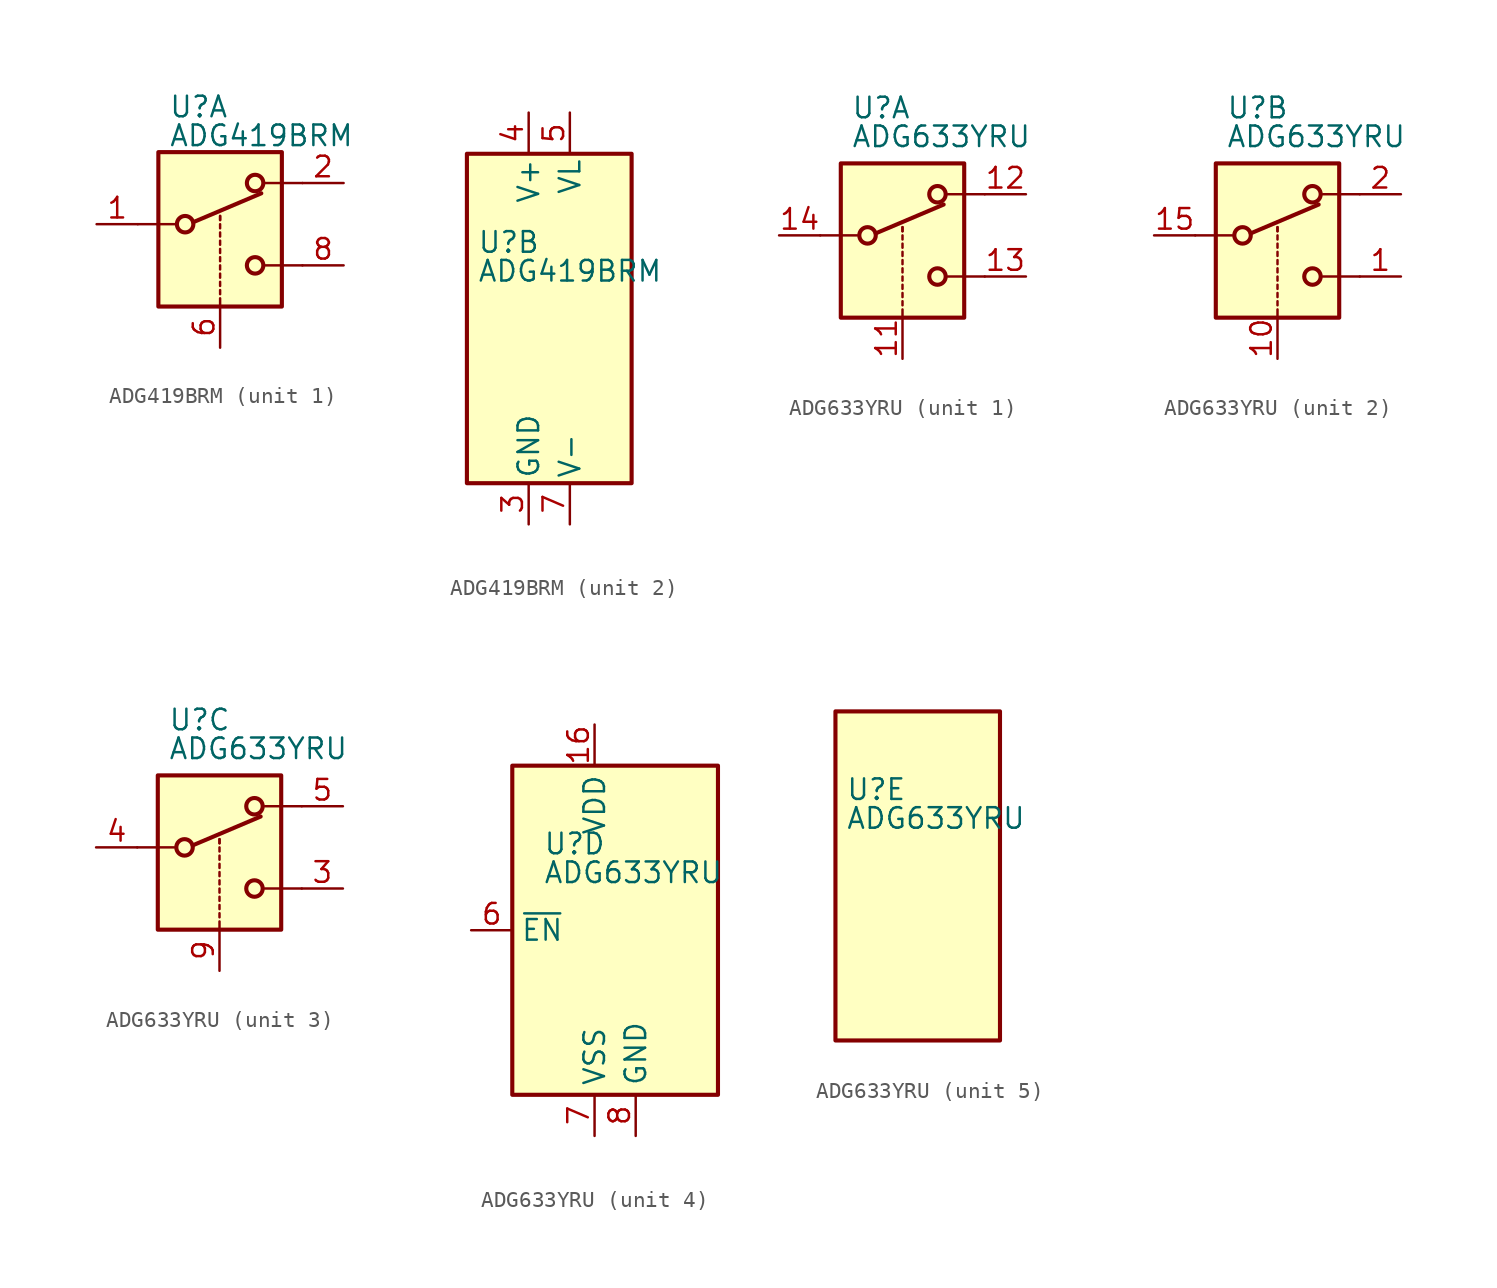
<source format=kicad_sym>
(kicad_symbol_lib
  (version 20211014)
  (generator kicad_symbol_editor)
  (symbol "ADG419BRM"
    (pin_names
      (offset 0.254))
    (property "Reference" "U"
      (at -3.175 4.699 0)
      (effects (font (size 1.27 1.27)) (justify left)))
    (property "Value" "ADG419BRM"
      (at -3.175 2.921 0)
      (effects (font (size 1.27 1.27)) (justify left)))
    (symbol "ADG419BRM_1_1"
      (rectangle (start -3.81 1.905) (end 3.81 -7.62) (stroke (width 0.254) (type default) (color 0 0 0 0)) (fill (type background)))
      (circle (center -2.159 -2.54) (radius 0.508) (stroke (width 0.254) (type default) (color 0 0 0 0)) (fill (type none)))
      (polyline (pts (xy -5.08 -2.54) (xy -2.794 -2.54)) (stroke (width 0) (type default) (color 0 0 0 0)) (fill (type none)))
      (polyline (pts (xy -1.651 -2.413) (xy 2.54 -0.635)) (stroke (width 0.254) (type default) (color 0 0 0 0)) (fill (type none)))
      (polyline (pts (xy 0 -7.62) (xy 0 -7.112)) (stroke (width 0) (type default) (color 0 0 0 0)) (fill (type none)))
      (polyline (pts (xy 0 -6.858) (xy 0 -6.604)) (stroke (width 0) (type default) (color 0 0 0 0)) (fill (type none)))
      (polyline (pts (xy 0 -6.35) (xy 0 -6.096)) (stroke (width 0) (type default) (color 0 0 0 0)) (fill (type none)))
      (polyline (pts (xy 0 -5.842) (xy 0 -5.588)) (stroke (width 0) (type default) (color 0 0 0 0)) (fill (type none)))
      (polyline (pts (xy 0 -5.334) (xy 0 -5.08)) (stroke (width 0) (type default) (color 0 0 0 0)) (fill (type none)))
      (polyline (pts (xy 0 -4.826) (xy 0 -4.572)) (stroke (width 0) (type default) (color 0 0 0 0)) (fill (type none)))
      (polyline (pts (xy 0 -4.318) (xy 0 -4.064)) (stroke (width 0) (type default) (color 0 0 0 0)) (fill (type none)))
      (polyline (pts (xy 0 -3.81) (xy 0 -3.556)) (stroke (width 0) (type default) (color 0 0 0 0)) (fill (type none)))
      (polyline (pts (xy 0 -3.302) (xy 0 -3.048)) (stroke (width 0) (type default) (color 0 0 0 0)) (fill (type none)))
      (polyline (pts (xy 0 -2.794) (xy 0 -2.54)) (stroke (width 0) (type default) (color 0 0 0 0)) (fill (type none)))
      (polyline (pts (xy 0 -2.286) (xy 0 -2.032)) (stroke (width 0) (type default) (color 0 0 0 0)) (fill (type none)))
      (polyline (pts (xy 0 -2.286) (xy 0 -2.032)) (stroke (width 0) (type default) (color 0 0 0 0)) (fill (type none)))
      (polyline (pts (xy 5.08 -5.08) (xy 2.794 -5.08)) (stroke (width 0) (type default) (color 0 0 0 0)) (fill (type none)))
      (polyline (pts (xy 5.08 0) (xy 2.794 0)) (stroke (width 0) (type default) (color 0 0 0 0)) (fill (type none)))
      (circle (center 2.159 -5.08) (radius 0.508) (stroke (width 0.254) (type default) (color 0 0 0 0)) (fill (type none)))
      (circle (center 2.159 0) (radius 0.508) (stroke (width 0.254) (type default) (color 0 0 0 0)) (fill (type none)))
      (pin passive line (at -7.62 -2.54 0) (length 2.54) (name "~" (effects (font (size 1.27 1.27)))) (number "1" (effects (font (size 1.27 1.27)))))
      (pin passive line (at 7.62 0 180) (length 2.54) (name "~" (effects (font (size 1.27 1.27)))) (number "2" (effects (font (size 1.27 1.27)))))
      (pin input line (at 0 -10.16 90) (length 2.54) (name "~" (effects (font (size 1.27 1.27)))) (number "6" (effects (font (size 1.27 1.27)))))
      (pin passive line (at 7.62 -5.08 180) (length 2.54) (name "~" (effects (font (size 1.27 1.27)))) (number "8" (effects (font (size 1.27 1.27))))))
    (symbol "ADG419BRM_2_0"
      (pin power_in line (at 0 -12.7 90) (length 2.54) (name "GND" (effects (font (size 1.27 1.27)))) (number "3" (effects (font (size 1.27 1.27)))))
      (pin power_in line (at 0 12.7 270) (length 2.54) (name "V+" (effects (font (size 1.27 1.27)))) (number "4" (effects (font (size 1.27 1.27)))))
      (pin power_in line (at 2.54 12.7 270) (length 2.54) (name "VL" (effects (font (size 1.27 1.27)))) (number "5" (effects (font (size 1.27 1.27)))))
      (pin power_in line (at 2.54 -12.7 90) (length 2.54) (name "V-" (effects (font (size 1.27 1.27)))) (number "7" (effects (font (size 1.27 1.27))))))
    (symbol "ADG419BRM_2_1"
      (rectangle (start -3.81 10.16) (end 6.35 -10.16) (stroke (width 0.254) (type default) (color 0 0 0 0)) (fill (type background)))))
  (symbol "ADG633YRU"
    (property "Reference" "U"
      (at -3.175 5.334 0)
      (effects (font (size 1.27 1.27)) (justify left)))
    (property "Value" "ADG633YRU"
      (at -3.175 3.556 0)
      (effects (font (size 1.27 1.27)) (justify left)))
    (symbol "ADG633YRU_1_1"
      (rectangle (start -3.81 1.905) (end 3.81 -7.62) (stroke (width 0.254) (type default) (color 0 0 0 0)) (fill (type background)))
      (circle (center -2.159 -2.54) (radius 0.508) (stroke (width 0.254) (type default) (color 0 0 0 0)) (fill (type none)))
      (polyline (pts (xy -5.08 -2.54) (xy -2.794 -2.54)) (stroke (width 0) (type default) (color 0 0 0 0)) (fill (type none)))
      (polyline (pts (xy -1.651 -2.413) (xy 2.54 -0.635)) (stroke (width 0.254) (type default) (color 0 0 0 0)) (fill (type none)))
      (polyline (pts (xy 0 -7.62) (xy 0 -7.112)) (stroke (width 0) (type default) (color 0 0 0 0)) (fill (type none)))
      (polyline (pts (xy 0 -6.858) (xy 0 -6.604)) (stroke (width 0) (type default) (color 0 0 0 0)) (fill (type none)))
      (polyline (pts (xy 0 -6.35) (xy 0 -6.096)) (stroke (width 0) (type default) (color 0 0 0 0)) (fill (type none)))
      (polyline (pts (xy 0 -5.842) (xy 0 -5.588)) (stroke (width 0) (type default) (color 0 0 0 0)) (fill (type none)))
      (polyline (pts (xy 0 -5.334) (xy 0 -5.08)) (stroke (width 0) (type default) (color 0 0 0 0)) (fill (type none)))
      (polyline (pts (xy 0 -4.826) (xy 0 -4.572)) (stroke (width 0) (type default) (color 0 0 0 0)) (fill (type none)))
      (polyline (pts (xy 0 -4.318) (xy 0 -4.064)) (stroke (width 0) (type default) (color 0 0 0 0)) (fill (type none)))
      (polyline (pts (xy 0 -3.81) (xy 0 -3.556)) (stroke (width 0) (type default) (color 0 0 0 0)) (fill (type none)))
      (polyline (pts (xy 0 -3.302) (xy 0 -3.048)) (stroke (width 0) (type default) (color 0 0 0 0)) (fill (type none)))
      (polyline (pts (xy 0 -2.794) (xy 0 -2.54)) (stroke (width 0) (type default) (color 0 0 0 0)) (fill (type none)))
      (polyline (pts (xy 0 -2.286) (xy 0 -2.032)) (stroke (width 0) (type default) (color 0 0 0 0)) (fill (type none)))
      (polyline (pts (xy 0 -2.286) (xy 0 -2.032)) (stroke (width 0) (type default) (color 0 0 0 0)) (fill (type none)))
      (polyline (pts (xy 5.08 -5.08) (xy 2.794 -5.08)) (stroke (width 0) (type default) (color 0 0 0 0)) (fill (type none)))
      (polyline (pts (xy 5.08 0) (xy 2.794 0)) (stroke (width 0) (type default) (color 0 0 0 0)) (fill (type none)))
      (circle (center 2.159 -5.08) (radius 0.508) (stroke (width 0.254) (type default) (color 0 0 0 0)) (fill (type none)))
      (circle (center 2.159 0) (radius 0.508) (stroke (width 0.254) (type default) (color 0 0 0 0)) (fill (type none)))
      (pin input line (at 0 -10.16 90) (length 2.54) (name "~" (effects (font (size 1.27 1.27)))) (number "11" (effects (font (size 1.27 1.27)))))
      (pin passive line (at 7.62 0 180) (length 2.54) (name "~" (effects (font (size 1.27 1.27)))) (number "12" (effects (font (size 1.27 1.27)))))
      (pin passive line (at 7.62 -5.08 180) (length 2.54) (name "~" (effects (font (size 1.27 1.27)))) (number "13" (effects (font (size 1.27 1.27)))))
      (pin passive line (at -7.62 -2.54 0) (length 2.54) (name "~" (effects (font (size 1.27 1.27)))) (number "14" (effects (font (size 1.27 1.27))))))
    (symbol "ADG633YRU_2_1"
      (rectangle (start -3.81 1.905) (end 3.81 -7.62) (stroke (width 0.254) (type default) (color 0 0 0 0)) (fill (type background)))
      (circle (center -2.159 -2.54) (radius 0.508) (stroke (width 0.254) (type default) (color 0 0 0 0)) (fill (type none)))
      (polyline (pts (xy -5.08 -2.54) (xy -2.794 -2.54)) (stroke (width 0) (type default) (color 0 0 0 0)) (fill (type none)))
      (polyline (pts (xy -1.651 -2.413) (xy 2.54 -0.635)) (stroke (width 0.254) (type default) (color 0 0 0 0)) (fill (type none)))
      (polyline (pts (xy 0 -7.62) (xy 0 -7.112)) (stroke (width 0) (type default) (color 0 0 0 0)) (fill (type none)))
      (polyline (pts (xy 0 -6.858) (xy 0 -6.604)) (stroke (width 0) (type default) (color 0 0 0 0)) (fill (type none)))
      (polyline (pts (xy 0 -6.35) (xy 0 -6.096)) (stroke (width 0) (type default) (color 0 0 0 0)) (fill (type none)))
      (polyline (pts (xy 0 -5.842) (xy 0 -5.588)) (stroke (width 0) (type default) (color 0 0 0 0)) (fill (type none)))
      (polyline (pts (xy 0 -5.334) (xy 0 -5.08)) (stroke (width 0) (type default) (color 0 0 0 0)) (fill (type none)))
      (polyline (pts (xy 0 -4.826) (xy 0 -4.572)) (stroke (width 0) (type default) (color 0 0 0 0)) (fill (type none)))
      (polyline (pts (xy 0 -4.318) (xy 0 -4.064)) (stroke (width 0) (type default) (color 0 0 0 0)) (fill (type none)))
      (polyline (pts (xy 0 -3.81) (xy 0 -3.556)) (stroke (width 0) (type default) (color 0 0 0 0)) (fill (type none)))
      (polyline (pts (xy 0 -3.302) (xy 0 -3.048)) (stroke (width 0) (type default) (color 0 0 0 0)) (fill (type none)))
      (polyline (pts (xy 0 -2.794) (xy 0 -2.54)) (stroke (width 0) (type default) (color 0 0 0 0)) (fill (type none)))
      (polyline (pts (xy 0 -2.286) (xy 0 -2.032)) (stroke (width 0) (type default) (color 0 0 0 0)) (fill (type none)))
      (polyline (pts (xy 0 -2.286) (xy 0 -2.032)) (stroke (width 0) (type default) (color 0 0 0 0)) (fill (type none)))
      (polyline (pts (xy 5.08 -5.08) (xy 2.794 -5.08)) (stroke (width 0) (type default) (color 0 0 0 0)) (fill (type none)))
      (polyline (pts (xy 5.08 0) (xy 2.794 0)) (stroke (width 0) (type default) (color 0 0 0 0)) (fill (type none)))
      (circle (center 2.159 -5.08) (radius 0.508) (stroke (width 0.254) (type default) (color 0 0 0 0)) (fill (type none)))
      (circle (center 2.159 0) (radius 0.508) (stroke (width 0.254) (type default) (color 0 0 0 0)) (fill (type none)))
      (pin passive line (at 7.62 -5.08 180) (length 2.54) (name "~" (effects (font (size 1.27 1.27)))) (number "1" (effects (font (size 1.27 1.27)))))
      (pin input line (at 0 -10.16 90) (length 2.54) (name "~" (effects (font (size 1.27 1.27)))) (number "10" (effects (font (size 1.27 1.27)))))
      (pin passive line (at -7.62 -2.54 0) (length 2.54) (name "~" (effects (font (size 1.27 1.27)))) (number "15" (effects (font (size 1.27 1.27)))))
      (pin passive line (at 7.62 0 180) (length 2.54) (name "~" (effects (font (size 1.27 1.27)))) (number "2" (effects (font (size 1.27 1.27))))))
    (symbol "ADG633YRU_3_1"
      (rectangle (start -3.81 1.905) (end 3.81 -7.62) (stroke (width 0.254) (type default) (color 0 0 0 0)) (fill (type background)))
      (circle (center -2.159 -2.54) (radius 0.508) (stroke (width 0.254) (type default) (color 0 0 0 0)) (fill (type none)))
      (polyline (pts (xy -5.08 -2.54) (xy -2.794 -2.54)) (stroke (width 0) (type default) (color 0 0 0 0)) (fill (type none)))
      (polyline (pts (xy -1.651 -2.413) (xy 2.54 -0.635)) (stroke (width 0.254) (type default) (color 0 0 0 0)) (fill (type none)))
      (polyline (pts (xy 0 -7.62) (xy 0 -7.112)) (stroke (width 0) (type default) (color 0 0 0 0)) (fill (type none)))
      (polyline (pts (xy 0 -6.858) (xy 0 -6.604)) (stroke (width 0) (type default) (color 0 0 0 0)) (fill (type none)))
      (polyline (pts (xy 0 -6.35) (xy 0 -6.096)) (stroke (width 0) (type default) (color 0 0 0 0)) (fill (type none)))
      (polyline (pts (xy 0 -5.842) (xy 0 -5.588)) (stroke (width 0) (type default) (color 0 0 0 0)) (fill (type none)))
      (polyline (pts (xy 0 -5.334) (xy 0 -5.08)) (stroke (width 0) (type default) (color 0 0 0 0)) (fill (type none)))
      (polyline (pts (xy 0 -4.826) (xy 0 -4.572)) (stroke (width 0) (type default) (color 0 0 0 0)) (fill (type none)))
      (polyline (pts (xy 0 -4.318) (xy 0 -4.064)) (stroke (width 0) (type default) (color 0 0 0 0)) (fill (type none)))
      (polyline (pts (xy 0 -3.81) (xy 0 -3.556)) (stroke (width 0) (type default) (color 0 0 0 0)) (fill (type none)))
      (polyline (pts (xy 0 -3.302) (xy 0 -3.048)) (stroke (width 0) (type default) (color 0 0 0 0)) (fill (type none)))
      (polyline (pts (xy 0 -2.794) (xy 0 -2.54)) (stroke (width 0) (type default) (color 0 0 0 0)) (fill (type none)))
      (polyline (pts (xy 0 -2.286) (xy 0 -2.032)) (stroke (width 0) (type default) (color 0 0 0 0)) (fill (type none)))
      (polyline (pts (xy 0 -2.286) (xy 0 -2.032)) (stroke (width 0) (type default) (color 0 0 0 0)) (fill (type none)))
      (polyline (pts (xy 5.08 -5.08) (xy 2.794 -5.08)) (stroke (width 0) (type default) (color 0 0 0 0)) (fill (type none)))
      (polyline (pts (xy 5.08 0) (xy 2.794 0)) (stroke (width 0) (type default) (color 0 0 0 0)) (fill (type none)))
      (circle (center 2.159 -5.08) (radius 0.508) (stroke (width 0.254) (type default) (color 0 0 0 0)) (fill (type none)))
      (circle (center 2.159 0) (radius 0.508) (stroke (width 0.254) (type default) (color 0 0 0 0)) (fill (type none)))
      (pin passive line (at 7.62 -5.08 180) (length 2.54) (name "~" (effects (font (size 1.27 1.27)))) (number "3" (effects (font (size 1.27 1.27)))))
      (pin passive line (at -7.62 -2.54 0) (length 2.54) (name "~" (effects (font (size 1.27 1.27)))) (number "4" (effects (font (size 1.27 1.27)))))
      (pin passive line (at 7.62 0 180) (length 2.54) (name "~" (effects (font (size 1.27 1.27)))) (number "5" (effects (font (size 1.27 1.27)))))
      (pin input line (at 0 -10.16 90) (length 2.54) (name "~" (effects (font (size 1.27 1.27)))) (number "9" (effects (font (size 1.27 1.27))))))
    (symbol "ADG633YRU_4_0"
      (pin power_in line (at 0 12.7 270) (length 2.54) (name "VDD" (effects (font (size 1.27 1.27)))) (number "16" (effects (font (size 1.27 1.27)))))
      (pin input line (at -7.62 0 0) (length 2.54) (name "~{EN}" (effects (font (size 1.27 1.27)))) (number "6" (effects (font (size 1.27 1.27)))))
      (pin power_in line (at 0 -12.7 90) (length 2.54) (name "VSS" (effects (font (size 1.27 1.27)))) (number "7" (effects (font (size 1.27 1.27)))))
      (pin power_in line (at 2.54 -12.7 90) (length 2.54) (name "GND" (effects (font (size 1.27 1.27)))) (number "8" (effects (font (size 1.27 1.27))))))
    (symbol "ADG633YRU_4_1"
      (rectangle (start -5.08 10.16) (end 7.62 -10.16) (stroke (width 0.254) (type default) (color 0 0 0 0)) (fill (type background))))
    (symbol "ADG633YRU_5_1"
      (rectangle (start -3.81 10.16) (end 6.35 -10.16) (stroke (width 0.254) (type default) (color 0 0 0 0)) (fill (type background))))))
</source>
